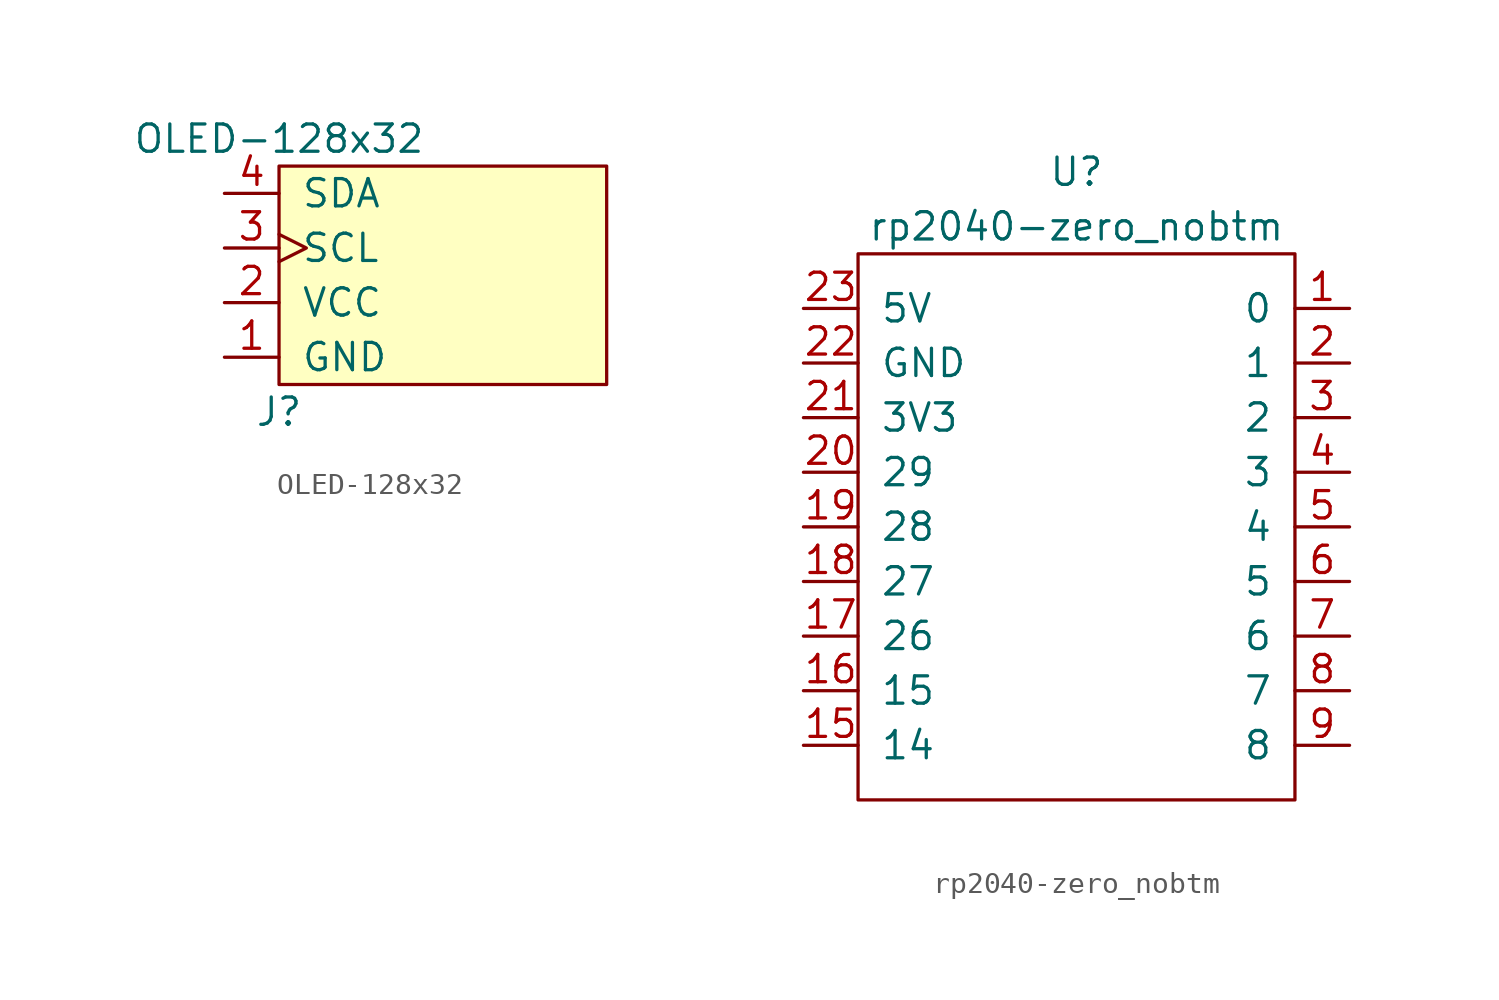
<source format=kicad_sym>
(kicad_symbol_lib
  (version 20231120)
  (generator "kicad_symbol_editor")
  (generator_version "8.0")
  (symbol "OLED-128x32"
    (pin_names
      (offset 1.016))
    (property "Reference" "J"
      (at 0 -6.35 0)
      (effects (font (size 1.27 1.27))))
    (property "Value" "OLED-128x32"
      (at 0 6.35 0)
      (effects (font (size 1.27 1.27))))
    (symbol "OLED-128x32_0_1"
      (rectangle (start 0 5.08) (end 15.24 -5.08) (stroke (width 0) (type default)) (fill (type background))))
    (symbol "OLED-128x32_1_1"
      (pin power_in line (at -2.54 -3.81 0) (length 2.54) (name "GND" (effects (font (size 1.27 1.27)))) (number "1" (effects (font (size 1.27 1.27)))))
      (pin power_in line (at -2.54 -1.27 0) (length 2.54) (name "VCC" (effects (font (size 1.27 1.27)))) (number "2" (effects (font (size 1.27 1.27)))))
      (pin input clock (at -2.54 1.27 0) (length 2.54) (name "SCL" (effects (font (size 1.27 1.27)))) (number "3" (effects (font (size 1.27 1.27)))))
      (pin bidirectional line (at -2.54 3.81 0) (length 2.54) (name "SDA" (effects (font (size 1.27 1.27)))) (number "4" (effects (font (size 1.27 1.27)))))))
  (symbol "rp2040-zero_nobtm"
    (pin_names
      (offset 1.016))
    (property "Reference" "U"
      (at 0 15.24 0)
      (effects (font (size 1.27 1.27))))
    (property "Value" "rp2040-zero_nobtm"
      (at 0 12.7 0)
      (effects (font (size 1.27 1.27))))
    (symbol "rp2040-zero_nobtm_0_1"
      (rectangle (start -10.16 11.43) (end 10.16 -13.97) (stroke (width 0) (type default)) (fill (type none))))
    (symbol "rp2040-zero_nobtm_1_1"
      (pin bidirectional line (at 12.7 8.89 180) (length 2.54) (name "0" (effects (font (size 1.27 1.27)))) (number "1" (effects (font (size 1.27 1.27)))))
      (pin bidirectional line (at -12.7 -11.43 0) (length 2.54) (name "14" (effects (font (size 1.27 1.27)))) (number "15" (effects (font (size 1.27 1.27)))))
      (pin bidirectional line (at -12.7 -8.89 0) (length 2.54) (name "15" (effects (font (size 1.27 1.27)))) (number "16" (effects (font (size 1.27 1.27)))))
      (pin bidirectional line (at -12.7 -6.35 0) (length 2.54) (name "26" (effects (font (size 1.27 1.27)))) (number "17" (effects (font (size 1.27 1.27)))))
      (pin bidirectional line (at -12.7 -3.81 0) (length 2.54) (name "27" (effects (font (size 1.27 1.27)))) (number "18" (effects (font (size 1.27 1.27)))))
      (pin bidirectional line (at -12.7 -1.27 0) (length 2.54) (name "28" (effects (font (size 1.27 1.27)))) (number "19" (effects (font (size 1.27 1.27)))))
      (pin bidirectional line (at 12.7 6.35 180) (length 2.54) (name "1" (effects (font (size 1.27 1.27)))) (number "2" (effects (font (size 1.27 1.27)))))
      (pin bidirectional line (at -12.7 1.27 0) (length 2.54) (name "29" (effects (font (size 1.27 1.27)))) (number "20" (effects (font (size 1.27 1.27)))))
      (pin power_out line (at -12.7 3.81 0) (length 2.54) (name "3V3" (effects (font (size 1.27 1.27)))) (number "21" (effects (font (size 1.27 1.27)))))
      (pin power_out line (at -12.7 6.35 0) (length 2.54) (name "GND" (effects (font (size 1.27 1.27)))) (number "22" (effects (font (size 1.27 1.27)))))
      (pin power_out line (at -12.7 8.89 0) (length 2.54) (name "5V" (effects (font (size 1.27 1.27)))) (number "23" (effects (font (size 1.27 1.27)))))
      (pin bidirectional line (at 12.7 3.81 180) (length 2.54) (name "2" (effects (font (size 1.27 1.27)))) (number "3" (effects (font (size 1.27 1.27)))))
      (pin bidirectional line (at 12.7 1.27 180) (length 2.54) (name "3" (effects (font (size 1.27 1.27)))) (number "4" (effects (font (size 1.27 1.27)))))
      (pin bidirectional line (at 12.7 -1.27 180) (length 2.54) (name "4" (effects (font (size 1.27 1.27)))) (number "5" (effects (font (size 1.27 1.27)))))
      (pin bidirectional line (at 12.7 -3.81 180) (length 2.54) (name "5" (effects (font (size 1.27 1.27)))) (number "6" (effects (font (size 1.27 1.27)))))
      (pin bidirectional line (at 12.7 -6.35 180) (length 2.54) (name "6" (effects (font (size 1.27 1.27)))) (number "7" (effects (font (size 1.27 1.27)))))
      (pin bidirectional line (at 12.7 -8.89 180) (length 2.54) (name "7" (effects (font (size 1.27 1.27)))) (number "8" (effects (font (size 1.27 1.27)))))
      (pin bidirectional line (at 12.7 -11.43 180) (length 2.54) (name "8" (effects (font (size 1.27 1.27)))) (number "9" (effects (font (size 1.27 1.27))))))))
</source>
